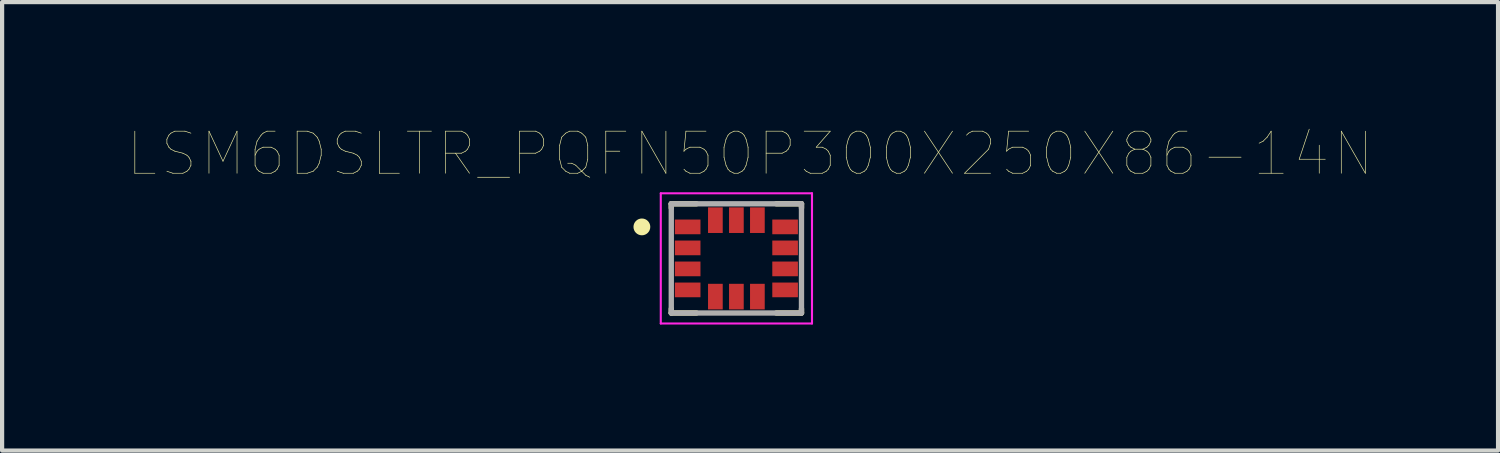
<source format=kicad_pcb>
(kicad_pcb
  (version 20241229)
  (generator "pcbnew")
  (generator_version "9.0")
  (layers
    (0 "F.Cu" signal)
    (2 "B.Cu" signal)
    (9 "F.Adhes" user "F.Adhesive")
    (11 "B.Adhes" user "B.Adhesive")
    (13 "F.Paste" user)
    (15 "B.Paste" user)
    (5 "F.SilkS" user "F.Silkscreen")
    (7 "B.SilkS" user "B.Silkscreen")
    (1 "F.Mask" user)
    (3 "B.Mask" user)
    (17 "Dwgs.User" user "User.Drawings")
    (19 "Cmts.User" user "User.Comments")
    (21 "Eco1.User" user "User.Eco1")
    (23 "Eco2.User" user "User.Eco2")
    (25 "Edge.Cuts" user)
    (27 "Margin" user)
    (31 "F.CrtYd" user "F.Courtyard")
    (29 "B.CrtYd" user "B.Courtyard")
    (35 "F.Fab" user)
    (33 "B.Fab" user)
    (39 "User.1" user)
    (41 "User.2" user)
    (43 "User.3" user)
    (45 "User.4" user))
  (footprint "LSM6DSLTR_PQFN50P300X250X86-14N"
    (layer "F.Cu")
    (at 14.482 3.102)
    (property "Reference" "LSM6DSLTR_PQFN50P300X250X86-14N" (at 0.326 -2.49 0) (layer "F.SilkS") (effects (font (size 1.002 1.002) (thickness 0.015))))
    (attr through_hole)
    (fp_line (start -1.55 -1.2) (end -1.55 -1.3) (stroke (width 0.127) (type solid)) (layer "F.SilkS"))
    (fp_line (start -1.55 1.3) (end -1.55 1.2) (stroke (width 0.127) (type solid)) (layer "F.SilkS"))
    (fp_line (start -1.55 1.3) (end -0.95 1.3) (stroke (width 0.127) (type solid)) (layer "F.SilkS"))
    (fp_line (start -0.95 -1.3) (end -1.55 -1.3) (stroke (width 0.127) (type solid)) (layer "F.SilkS"))
    (fp_line (start 0.95 -1.3) (end 1.55 -1.3) (stroke (width 0.127) (type solid)) (layer "F.SilkS"))
    (fp_line (start 0.95 1.3) (end 1.55 1.3) (stroke (width 0.127) (type solid)) (layer "F.SilkS"))
    (fp_line (start 1.55 -1.2) (end 1.55 -1.3) (stroke (width 0.127) (type solid)) (layer "F.SilkS"))
    (fp_line (start 1.55 1.3) (end 1.55 1.2) (stroke (width 0.127) (type solid)) (layer "F.SilkS"))
    (fp_circle (center -2.25 -0.75) (end -2.15 -0.75) (stroke (width 0.2) (type solid)) (fill no) (layer "F.SilkS"))
    (fp_line (start -1.8 -1.55) (end 1.8 -1.55) (stroke (width 0.05) (type solid)) (layer "F.CrtYd"))
    (fp_line (start -1.8 1.55) (end -1.8 -1.55) (stroke (width 0.05) (type solid)) (layer "F.CrtYd"))
    (fp_line (start 1.8 -1.55) (end 1.8 1.55) (stroke (width 0.05) (type solid)) (layer "F.CrtYd"))
    (fp_line (start 1.8 1.55) (end -1.8 1.55) (stroke (width 0.05) (type solid)) (layer "F.CrtYd"))
    (fp_line (start -1.55 -1.3) (end 1.55 -1.3) (stroke (width 0.127) (type solid)) (layer "F.Fab"))
    (fp_line (start -1.55 1.3) (end -1.55 -1.3) (stroke (width 0.127) (type solid)) (layer "F.Fab"))
    (fp_line (start 1.55 -1.3) (end 1.55 1.3) (stroke (width 0.127) (type solid)) (layer "F.Fab"))
    (fp_line (start 1.55 1.3) (end -1.55 1.3) (stroke (width 0.127) (type solid)) (layer "F.Fab"))
    (pad "1" smd rect (at -1.16 -0.75) (size 0.61 0.35) (layers "F.Cu" "F.Mask" "F.Paste"))
    (pad "2" smd rect (at -1.16 -0.25) (size 0.61 0.35) (layers "F.Cu" "F.Mask" "F.Paste"))
    (pad "3" smd rect (at -1.16 0.25) (size 0.61 0.35) (layers "F.Cu" "F.Mask" "F.Paste"))
    (pad "4" smd rect (at -1.16 0.75) (size 0.61 0.35) (layers "F.Cu" "F.Mask" "F.Paste"))
    (pad "5" smd rect (at -0.5 0.91) (size 0.35 0.61) (layers "F.Cu" "F.Mask" "F.Paste"))
    (pad "6" smd rect (at 0 0.91) (size 0.35 0.61) (layers "F.Cu" "F.Mask" "F.Paste"))
    (pad "7" smd rect (at 0.5 0.91) (size 0.35 0.61) (layers "F.Cu" "F.Mask" "F.Paste"))
    (pad "8" smd rect (at 1.16 0.75) (size 0.61 0.35) (layers "F.Cu" "F.Mask" "F.Paste"))
    (pad "9" smd rect (at 1.16 0.25) (size 0.61 0.35) (layers "F.Cu" "F.Mask" "F.Paste"))
    (pad "10" smd rect (at 1.16 -0.25) (size 0.61 0.35) (layers "F.Cu" "F.Mask" "F.Paste"))
    (pad "11" smd rect (at 1.16 -0.75) (size 0.61 0.35) (layers "F.Cu" "F.Mask" "F.Paste"))
    (pad "12" smd rect (at 0.5 -0.91) (size 0.35 0.61) (layers "F.Cu" "F.Mask" "F.Paste"))
    (pad "13" smd rect (at 0 -0.91) (size 0.35 0.61) (layers "F.Cu" "F.Mask" "F.Paste"))
    (pad "14" smd rect (at -0.5 -0.91) (size 0.35 0.61) (layers "F.Cu" "F.Mask" "F.Paste")))
  (gr_rect
    (start -3 -3)
    (end 32.616 7.677)
    (stroke (width 0.1) (type default))
    (fill no)
    (layer "Edge.Cuts")))
</source>
